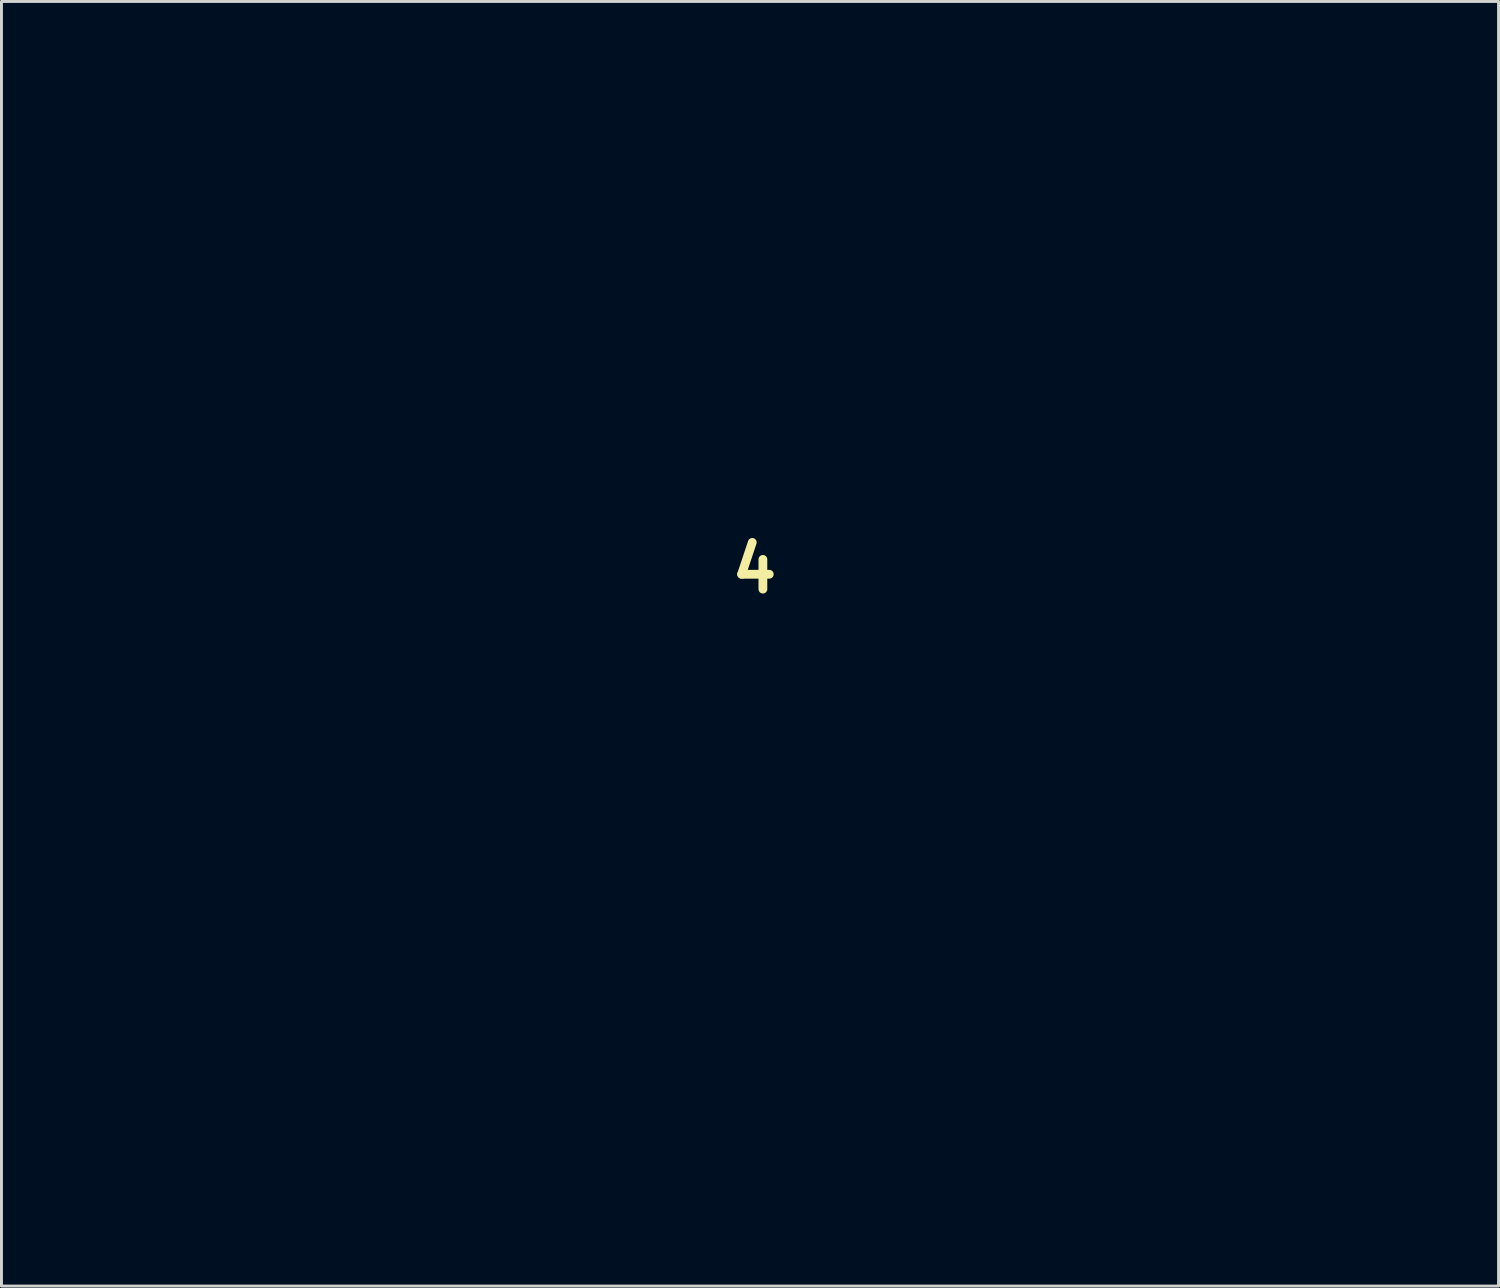
<source format=kicad_pcb>
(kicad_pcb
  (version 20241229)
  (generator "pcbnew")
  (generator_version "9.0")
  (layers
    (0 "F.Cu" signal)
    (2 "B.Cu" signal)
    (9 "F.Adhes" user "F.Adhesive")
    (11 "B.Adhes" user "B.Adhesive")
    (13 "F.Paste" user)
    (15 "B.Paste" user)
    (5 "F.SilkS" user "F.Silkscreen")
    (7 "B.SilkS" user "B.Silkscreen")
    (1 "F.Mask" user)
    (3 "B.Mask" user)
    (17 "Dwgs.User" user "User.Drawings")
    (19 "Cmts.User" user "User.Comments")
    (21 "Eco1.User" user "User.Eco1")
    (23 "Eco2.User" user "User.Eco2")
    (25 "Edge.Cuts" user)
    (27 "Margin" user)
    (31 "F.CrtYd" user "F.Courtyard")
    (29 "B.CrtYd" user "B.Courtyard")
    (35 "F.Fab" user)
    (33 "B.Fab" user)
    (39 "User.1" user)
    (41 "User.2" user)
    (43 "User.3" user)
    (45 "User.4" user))
  (footprint "4"
    (layer "F.Cu")
    (at 22.716 16.382)
    (property "Reference" "4" (at 0 0 0) (layer "F.SilkS") (effects (font (size 1.524 1.524) (thickness 0.3))))
    (attr board_only exclude_from_pos_files exclude_from_bom)
    (fp_poly (pts (xy 22.033 4.525) (xy 22.044 4.531) (xy 22.21 4.669) (xy 22.319 4.867) (xy 22.35 5.053) (xy 22.331 5.237) (xy 22.263 5.357) (xy 22.146 5.438) (xy 21.943 5.504) (xy 21.749 5.479) (xy 21.616 5.413) (xy 21.446 5.264) (xy 21.356 5.085) (xy 21.348 4.897) (xy 21.426 4.721) (xy 21.504 4.639) (xy 21.691 4.513) (xy 21.861 4.477)) (stroke (width 0.1) (type solid)) (fill no) (layer "Eco1.User"))
    (fp_poly (pts (xy 20.19 4.339) (xy 20.385 4.444) (xy 20.524 4.566) (xy 20.656 4.773) (xy 20.695 4.971) (xy 20.639 5.172) (xy 20.487 5.384) (xy 20.428 5.446) (xy 20.295 5.569) (xy 20.19 5.634) (xy 20.075 5.659) (xy 19.988 5.661) (xy 19.755 5.625) (xy 19.636 5.56) (xy 19.539 5.451) (xy 19.448 5.295) (xy 19.423 5.237) (xy 19.365 4.976) (xy 19.385 4.731) (xy 19.477 4.52) (xy 19.633 4.362) (xy 19.815 4.281) (xy 19.988 4.28)) (stroke (width 0.1) (type solid)) (fill no) (layer "Eco1.User"))
    (fp_poly (pts (xy -1.851 -11.921) (xy -1.71 -11.818) (xy -1.541 -11.65) (xy -1.355 -11.43) (xy -1.159 -11.169) (xy -0.965 -10.879) (xy -0.781 -10.572) (xy -0.634 -10.295) (xy -0.537 -10.079) (xy -0.432 -9.815) (xy -0.332 -9.535) (xy -0.247 -9.269) (xy -0.187 -9.049) (xy -0.17 -8.968) (xy -0.142 -8.82) (xy -0.124 -8.731) (xy -0.093 -8.555) (xy -0.067 -8.333) (xy -0.048 -8.093) (xy -0.036 -7.859) (xy -0.034 -7.661) (xy -0.043 -7.523) (xy -0.05 -7.489) (xy -0.125 -7.408) (xy -0.275 -7.335) (xy -0.473 -7.277) (xy -0.693 -7.238) (xy -0.911 -7.224) (xy -1.099 -7.239) (xy -1.188 -7.264) (xy -1.263 -7.318) (xy -1.299 -7.417) (xy -1.308 -7.526) (xy -1.377 -8.332) (xy -1.523 -9.082) (xy -1.744 -9.771) (xy -2.04 -10.398) (xy -2.41 -10.96) (xy -2.618 -11.211) (xy -2.748 -11.363) (xy -2.846 -11.493) (xy -2.896 -11.578) (xy -2.9 -11.592) (xy -2.856 -11.632) (xy -2.738 -11.69) (xy -2.571 -11.759) (xy -2.377 -11.829) (xy -2.178 -11.891) (xy -1.999 -11.938) (xy -1.955 -11.948)) (stroke (width 0.1) (type solid)) (fill no) (layer "Eco1.User"))
    (fp_poly (pts (xy 18.981 5.679) (xy 19 5.705) (xy 19.036 5.774) (xy 19.13 5.885) (xy 19.261 6.016) (xy 19.406 6.148) (xy 19.546 6.26) (xy 19.658 6.333) (xy 19.675 6.341) (xy 19.847 6.396) (xy 20.012 6.404) (xy 20.198 6.362) (xy 20.432 6.266) (xy 20.493 6.237) (xy 20.77 6.115) (xy 20.987 6.047) (xy 21.165 6.032) (xy 21.325 6.065) (xy 21.423 6.109) (xy 21.676 6.193) (xy 21.884 6.212) (xy 22.068 6.227) (xy 22.179 6.285) (xy 22.234 6.403) (xy 22.25 6.6) (xy 22.25 6.615) (xy 22.23 6.782) (xy 22.175 7.014) (xy 22.093 7.286) (xy 21.993 7.572) (xy 21.883 7.847) (xy 21.793 8.041) (xy 21.596 8.365) (xy 21.375 8.612) (xy 21.137 8.778) (xy 20.891 8.856) (xy 20.645 8.843) (xy 20.56 8.815) (xy 20.321 8.673) (xy 20.077 8.439) (xy 19.831 8.122) (xy 19.59 7.732) (xy 19.358 7.274) (xy 19.142 6.76) (xy 19.002 6.368) (xy 18.925 6.135) (xy 18.862 5.936) (xy 18.819 5.789) (xy 18.8 5.715) (xy 18.8 5.712) (xy 18.842 5.671) (xy 18.9 5.661)) (stroke (width 0.1) (type solid)) (fill no) (layer "Eco1.User"))
    (fp_poly (pts (xy -21.351 -6.476) (xy -21.066 -6.392) (xy -20.814 -6.238) (xy -20.612 -6.022) (xy -20.474 -5.747) (xy -20.45 -5.661) (xy -20.423 -5.446) (xy -20.426 -5.179) (xy -20.453 -4.894) (xy -20.501 -4.628) (xy -20.566 -4.416) (xy -20.586 -4.373) (xy -20.762 -4.136) (xy -21.002 -3.971) (xy -21.297 -3.884) (xy -21.414 -3.874) (xy -21.61 -3.876) (xy -21.792 -3.897) (xy -21.888 -3.922) (xy -22.181 -4.083) (xy -22.407 -4.317) (xy -22.564 -4.62) (xy -22.65 -4.988) (xy -22.666 -5.225) (xy -22.661 -5.313) (xy -21.89 -5.313) (xy -21.887 -5.174) (xy -21.867 -4.975) (xy -21.826 -4.84) (xy -21.752 -4.737) (xy -21.752 -4.736) (xy -21.601 -4.631) (xy -21.446 -4.622) (xy -21.301 -4.708) (xy -21.3 -4.709) (xy -21.239 -4.796) (xy -21.208 -4.922) (xy -21.2 -5.113) (xy -21.224 -5.386) (xy -21.294 -5.589) (xy -21.406 -5.712) (xy -21.472 -5.74) (xy -21.655 -5.754) (xy -21.784 -5.69) (xy -21.862 -5.544) (xy -21.89 -5.313) (xy -22.661 -5.313) (xy -22.642 -5.592) (xy -22.554 -5.888) (xy -22.397 -6.125) (xy -22.242 -6.262) (xy -21.955 -6.417) (xy -21.653 -6.486)) (stroke (width 0.1) (type solid)) (fill no) (layer "Eco1.User"))
    (fp_poly (pts (xy 10.901 18.127) (xy 11.18 18.25) (xy 11.422 18.451) (xy 11.483 18.526) (xy 11.63 18.794) (xy 11.713 19.114) (xy 11.736 19.461) (xy 11.698 19.808) (xy 11.602 20.132) (xy 11.448 20.407) (xy 11.385 20.482) (xy 11.145 20.67) (xy 10.855 20.784) (xy 10.539 20.818) (xy 10.219 20.768) (xy 10.159 20.749) (xy 9.85 20.587) (xy 9.597 20.345) (xy 9.438 20.092) (xy 9.37 19.881) (xy 9.332 19.611) (xy 9.328 19.449) (xy 10.103 19.449) (xy 10.123 19.651) (xy 10.164 19.788) (xy 10.288 19.937) (xy 10.453 20.009) (xy 10.635 19.999) (xy 10.805 19.904) (xy 10.823 19.887) (xy 10.887 19.788) (xy 10.924 19.63) (xy 10.937 19.477) (xy 10.932 19.215) (xy 10.879 19.028) (xy 10.771 18.899) (xy 10.679 18.844) (xy 10.567 18.803) (xy 10.466 18.814) (xy 10.367 18.856) (xy 10.24 18.944) (xy 10.154 19.053) (xy 10.149 19.066) (xy 10.111 19.238) (xy 10.103 19.449) (xy 9.328 19.449) (xy 9.325 19.321) (xy 9.35 19.047) (xy 9.394 18.868) (xy 9.542 18.582) (xy 9.754 18.357) (xy 10.012 18.196) (xy 10.3 18.102) (xy 10.602 18.078)) (stroke (width 0.1) (type solid)) (fill no) (layer "Eco1.User"))
    (fp_poly (pts (xy -16.395 18.168) (xy -16.322 18.187) (xy -16.087 18.31) (xy -15.862 18.511) (xy -15.669 18.769) (xy -15.572 18.95) (xy -15.497 19.134) (xy -15.454 19.301) (xy -15.434 19.491) (xy -15.43 19.689) (xy -15.458 20.076) (xy -15.547 20.384) (xy -15.698 20.615) (xy -15.913 20.773) (xy -16.195 20.86) (xy -16.339 20.876) (xy -16.55 20.881) (xy -16.71 20.859) (xy -16.867 20.803) (xy -16.927 20.776) (xy -17.169 20.621) (xy -17.389 20.41) (xy -17.56 20.172) (xy -17.65 19.965) (xy -17.693 19.696) (xy -17.693 19.623) (xy -16.931 19.623) (xy -16.907 19.816) (xy -16.828 19.957) (xy -16.711 20.053) (xy -16.588 20.119) (xy -16.488 20.134) (xy -16.369 20.11) (xy -16.256 20.031) (xy -16.193 19.879) (xy -16.181 19.667) (xy -16.224 19.411) (xy -16.255 19.301) (xy -16.334 19.152) (xy -16.455 19.025) (xy -16.585 18.948) (xy -16.644 18.938) (xy -16.747 18.959) (xy -16.819 19.031) (xy -16.871 19.171) (xy -16.907 19.359) (xy -16.931 19.623) (xy -17.693 19.623) (xy -17.694 19.385) (xy -17.656 19.074) (xy -17.582 18.801) (xy -17.545 18.716) (xy -17.364 18.441) (xy -17.14 18.255) (xy -16.873 18.159) (xy -16.781 18.147) (xy -16.585 18.146)) (stroke (width 0.1) (type solid)) (fill no) (layer "Eco1.User"))
    (fp_poly (pts (xy 9.168 -15.148) (xy 9.449 -14.977) (xy 9.705 -14.717) (xy 9.892 -14.438) (xy 10.014 -14.146) (xy 10.081 -13.813) (xy 10.1 -13.437) (xy 10.097 -13.196) (xy 10.082 -13.021) (xy 10.051 -12.879) (xy 9.997 -12.736) (xy 9.957 -12.65) (xy 9.774 -12.348) (xy 9.54 -12.097) (xy 9.273 -11.907) (xy 8.989 -11.787) (xy 8.703 -11.748) (xy 8.525 -11.77) (xy 8.227 -11.892) (xy 7.964 -12.095) (xy 7.743 -12.365) (xy 7.572 -12.687) (xy 7.456 -13.046) (xy 7.404 -13.427) (xy 7.408 -13.532) (xy 8.206 -13.532) (xy 8.234 -13.249) (xy 8.312 -12.987) (xy 8.44 -12.77) (xy 8.535 -12.676) (xy 8.708 -12.587) (xy 8.88 -12.598) (xy 9.014 -12.675) (xy 9.162 -12.853) (xy 9.257 -13.102) (xy 9.294 -13.41) (xy 9.291 -13.562) (xy 9.256 -13.849) (xy 9.185 -14.062) (xy 9.069 -14.222) (xy 8.954 -14.315) (xy 8.797 -14.392) (xy 8.656 -14.388) (xy 8.506 -14.299) (xy 8.443 -14.243) (xy 8.309 -14.054) (xy 8.231 -13.809) (xy 8.206 -13.532) (xy 7.408 -13.532) (xy 7.421 -13.817) (xy 7.468 -14.053) (xy 7.608 -14.433) (xy 7.8 -14.744) (xy 8.033 -14.983) (xy 8.297 -15.146) (xy 8.582 -15.23) (xy 8.875 -15.232)) (stroke (width 0.1) (type solid)) (fill no) (layer "Eco1.User"))
    (fp_poly (pts (xy -12.04 -8.089) (xy -11.824 -7.978) (xy -11.621 -7.787) (xy -11.423 -7.508) (xy -11.224 -7.136) (xy -11.21 -7.106) (xy -11.09 -6.835) (xy -10.985 -6.563) (xy -10.906 -6.321) (xy -10.87 -6.176) (xy -10.835 -6.04) (xy -10.8 -5.938) (xy -10.773 -5.846) (xy -10.775 -5.811) (xy -10.776 -5.772) (xy -10.75 -5.687) (xy -10.715 -5.551) (xy -10.681 -5.35) (xy -10.654 -5.118) (xy -10.637 -4.89) (xy -10.633 -4.743) (xy -10.673 -4.568) (xy -10.772 -4.43) (xy -10.908 -4.346) (xy -11.058 -4.33) (xy -11.178 -4.38) (xy -11.219 -4.427) (xy -11.246 -4.511) (xy -11.264 -4.649) (xy -11.274 -4.862) (xy -11.277 -4.964) (xy -11.303 -5.36) (xy -11.358 -5.749) (xy -11.437 -6.095) (xy -11.495 -6.274) (xy -11.533 -6.383) (xy -11.548 -6.438) (xy -11.586 -6.513) (xy -11.629 -6.567) (xy -11.675 -6.641) (xy -11.674 -6.673) (xy -11.685 -6.721) (xy -11.724 -6.762) (xy -11.787 -6.836) (xy -11.8 -6.872) (xy -11.831 -6.926) (xy -11.917 -7.038) (xy -12.045 -7.193) (xy -12.201 -7.375) (xy -12.225 -7.403) (xy -12.385 -7.589) (xy -12.518 -7.751) (xy -12.61 -7.874) (xy -12.649 -7.941) (xy -12.65 -7.945) (xy -12.604 -8.04) (xy -12.475 -8.102) (xy -12.275 -8.124) (xy -12.274 -8.124)) (stroke (width 0.1) (type solid)) (fill no) (layer "Eco1.User"))
    (fp_poly (pts (xy 20.304 -2.221) (xy 20.574 -2.059) (xy 20.841 -1.797) (xy 20.958 -1.65) (xy 21.068 -1.485) (xy 21.197 -1.265) (xy 21.324 -1.028) (xy 21.432 -0.809) (xy 21.487 -0.676) (xy 21.537 -0.544) (xy 21.604 -0.366) (xy 21.648 -0.25) (xy 21.761 0.077) (xy 21.881 0.475) (xy 21.999 0.912) (xy 22.108 1.361) (xy 22.201 1.792) (xy 22.271 2.174) (xy 22.279 2.229) (xy 22.304 2.39) (xy 22.325 2.517) (xy 22.332 2.555) (xy 22.339 2.634) (xy 22.348 2.789) (xy 22.356 2.995) (xy 22.361 3.173) (xy 22.366 3.413) (xy 22.364 3.574) (xy 22.352 3.677) (xy 22.325 3.742) (xy 22.281 3.792) (xy 22.25 3.817) (xy 22.172 3.869) (xy 22.08 3.897) (xy 21.947 3.905) (xy 21.743 3.897) (xy 21.734 3.896) (xy 21.489 3.874) (xy 21.323 3.827) (xy 21.216 3.739) (xy 21.152 3.592) (xy 21.111 3.368) (xy 21.101 3.278) (xy 21.075 3.074) (xy 21.049 2.899) (xy 21.027 2.784) (xy 21.023 2.772) (xy 21.031 2.67) (xy 21.123 2.582) (xy 21.306 2.504) (xy 21.474 2.457) (xy 21.67 2.401) (xy 21.785 2.337) (xy 21.839 2.252) (xy 21.85 2.154) (xy 21.827 2.031) (xy 21.749 1.945) (xy 21.602 1.888) (xy 21.371 1.853) (xy 21.335 1.849) (xy 21.093 1.813) (xy 20.935 1.747) (xy 20.844 1.636) (xy 20.805 1.464) (xy 20.8 1.332) (xy 20.814 1.136) (xy 20.866 1.02) (xy 20.972 0.965) (xy 21.127 0.952) (xy 21.324 0.918) (xy 21.451 0.819) (xy 21.5 0.66) (xy 21.5 0.643) (xy 21.454 0.492) (xy 21.318 0.38) (xy 21.089 0.308) (xy 21.084 0.307) (xy 20.914 0.267) (xy 20.789 0.211) (xy 20.699 0.122) (xy 20.634 -0.016) (xy 20.585 -0.217) (xy 20.542 -0.497) (xy 20.529 -0.607) (xy 20.482 -0.923) (xy 20.426 -1.152) (xy 20.355 -1.306) (xy 20.263 -1.397) (xy 20.143 -1.439) (xy 20.116 -1.443) (xy 19.979 -1.429) (xy 19.904 -1.383) (xy 19.86 -1.268) (xy 19.844 -1.08) (xy 19.857 -0.844) (xy 19.897 -0.59) (xy 19.936 -0.35) (xy 19.926 -0.182) (xy 19.857 -0.066) (xy 19.717 0.019) (xy 19.525 0.084) (xy 19.427 0.124) (xy 19.384 0.192) (xy 19.375 0.322) (xy 19.375 0.326) (xy 19.383 0.451) (xy 19.424 0.531) (xy 19.521 0.6) (xy 19.591 0.638) (xy 19.765 0.737) (xy 19.881 0.833) (xy 19.973 0.959) (xy 20.049 1.1) (xy 20.123 1.296) (xy 20.158 1.502) (xy 20.153 1.685) (xy 20.107 1.816) (xy 20.092 1.833) (xy 20.003 1.88) (xy 19.854 1.921) (xy 19.749 1.938) (xy 19.519 1.993) (xy 19.36 2.088) (xy 19.279 2.213) (xy 19.284 2.356) (xy 19.376 2.499) (xy 19.46 2.539) (xy 19.616 2.573) (xy 19.783 2.591) (xy 20.037 2.622) (xy 20.208 2.678) (xy 20.312 2.768) (xy 20.366 2.901) (xy 20.369 2.915) (xy 20.398 3.069) (xy 20.423 3.196) (xy 20.403 3.322) (xy 20.319 3.437) (xy 20.203 3.503) (xy 20.167 3.507) (xy 20.076 3.515) (xy 19.922 3.537) (xy 19.761 3.563) (xy 19.528 3.62) (xy 19.354 3.704) (xy 19.262 3.776) (xy 19.151 3.901) (xy 19.036 4.074) (xy 18.936 4.261) (xy 18.869 4.43) (xy 18.85 4.53) (xy 18.821 4.616) (xy 18.757 4.714) (xy 18.689 4.79) (xy 18.656 4.79) (xy 18.635 4.732) (xy 18.537 4.318) (xy 18.457 3.829) (xy 18.395 3.286) (xy 18.354 2.711) (xy 18.334 2.128) (xy 18.336 1.558) (xy 18.361 1.025) (xy 18.411 0.551) (xy 18.42 0.485) (xy 18.524 -0.056) (xy 18.657 -0.56) (xy 18.815 -1.016) (xy 18.994 -1.416) (xy 19.188 -1.751) (xy 19.394 -2.01) (xy 19.607 -2.184) (xy 19.75 -2.249) (xy 20.03 -2.284)) (stroke (width 0.1) (type solid)) (fill no) (layer "Eco1.User"))
    (fp_poly (pts (xy -14.634 0.617) (xy -14.546 0.631) (xy -13.747 0.817) (xy -12.971 1.095) (xy -12.224 1.459) (xy -11.516 1.903) (xy -10.853 2.42) (xy -10.243 3.003) (xy -9.694 3.646) (xy -9.214 4.342) (xy -8.809 5.085) (xy -8.527 5.761) (xy -8.365 6.26) (xy -8.248 6.746) (xy -8.17 7.252) (xy -8.124 7.811) (xy -8.115 8.044) (xy -8.108 8.618) (xy -8.127 9.099) (xy -8.173 9.487) (xy -8.247 9.785) (xy -8.317 9.946) (xy -8.436 10.101) (xy -8.584 10.175) (xy -8.783 10.175) (xy -8.868 10.159) (xy -9.016 10.138) (xy -9.134 10.141) (xy -9.149 10.145) (xy -9.212 10.204) (xy -9.295 10.339) (xy -9.385 10.528) (xy -9.398 10.56) (xy -9.742 11.277) (xy -10.144 11.92) (xy -10.6 12.486) (xy -11.105 12.973) (xy -11.656 13.378) (xy -12.247 13.698) (xy -12.874 13.931) (xy -13.534 14.073) (xy -14.221 14.124) (xy -14.932 14.079) (xy -15.143 14.047) (xy -15.865 13.876) (xy -16.564 13.613) (xy -17.232 13.264) (xy -17.861 12.837) (xy -18.445 12.337) (xy -18.974 11.773) (xy -19.443 11.15) (xy -19.842 10.475) (xy -20.165 9.756) (xy -20.268 9.469) (xy -20.468 8.715) (xy -20.583 7.921) (xy -20.605 7.339) (xy -19.868 7.339) (xy -19.784 8.135) (xy -19.604 8.937) (xy -19.497 9.286) (xy -19.219 9.99) (xy -18.876 10.642) (xy -18.475 11.235) (xy -18.022 11.766) (xy -17.523 12.226) (xy -16.985 12.612) (xy -16.414 12.916) (xy -15.816 13.134) (xy -15.199 13.259) (xy -15.082 13.271) (xy -14.72 13.294) (xy -14.332 13.3) (xy -13.947 13.29) (xy -13.592 13.264) (xy -13.294 13.225) (xy -13.172 13.2) (xy -12.558 12.998) (xy -11.993 12.711) (xy -11.483 12.344) (xy -11.031 11.902) (xy -10.644 11.39) (xy -10.325 10.812) (xy -10.08 10.173) (xy -10.062 10.114) (xy -9.993 9.821) (xy -9.983 9.597) (xy -10.033 9.428) (xy -10.082 9.359) (xy -10.175 9.282) (xy -10.308 9.201) (xy -10.439 9.139) (xy -10.52 9.118) (xy -10.593 9.161) (xy -10.659 9.265) (xy -10.697 9.392) (xy -10.7 9.429) (xy -10.721 9.539) (xy -10.778 9.711) (xy -10.861 9.917) (xy -10.919 10.045) (xy -11.248 10.651) (xy -11.624 11.176) (xy -12.043 11.618) (xy -12.503 11.972) (xy -12.999 12.236) (xy -13.275 12.338) (xy -13.59 12.409) (xy -13.963 12.446) (xy -14.358 12.451) (xy -14.739 12.423) (xy -15.07 12.361) (xy -15.1 12.352) (xy -15.717 12.122) (xy -16.298 11.803) (xy -16.837 11.405) (xy -17.324 10.935) (xy -17.754 10.402) (xy -18.117 9.814) (xy -18.407 9.18) (xy -18.594 8.592) (xy -18.643 8.389) (xy -18.678 8.211) (xy -18.702 8.023) (xy -18.722 7.791) (xy -18.734 7.603) (xy -18.736 7.086) (xy -17.977 7.086) (xy -17.977 7.62) (xy -17.925 8.134) (xy -17.822 8.605) (xy -17.696 8.952) (xy -17.636 9.089) (xy -17.6 9.183) (xy -17.595 9.207) (xy -17.577 9.254) (xy -17.523 9.37) (xy -17.44 9.536) (xy -17.378 9.657) (xy -17.115 10.1) (xy -16.824 10.458) (xy -16.492 10.746) (xy -16.416 10.8) (xy -16.241 10.921) (xy -16.077 11.041) (xy -15.973 11.123) (xy -15.838 11.212) (xy -15.636 11.315) (xy -15.395 11.42) (xy -15.145 11.515) (xy -14.915 11.589) (xy -14.79 11.619) (xy -14.486 11.657) (xy -14.137 11.665) (xy -13.793 11.643) (xy -13.624 11.618) (xy -13.303 11.533) (xy -13.002 11.393) (xy -12.702 11.187) (xy -12.382 10.904) (xy -12.309 10.832) (xy -11.969 10.46) (xy -11.714 10.111) (xy -11.537 9.767) (xy -11.429 9.414) (xy -11.384 9.036) (xy -11.381 8.959) (xy -11.381 8.793) (xy -11.391 8.657) (xy -11.421 8.541) (xy -11.482 8.434) (xy -11.581 8.325) (xy -11.728 8.204) (xy -11.934 8.06) (xy -12.207 7.884) (xy -12.51 7.692) (xy -12.717 7.552) (xy -12.936 7.39) (xy -13.087 7.267) (xy -13.339 7.048) (xy -13.53 6.886) (xy -13.674 6.769) (xy -13.785 6.687) (xy -13.877 6.627) (xy -13.95 6.587) (xy -14.021 6.547) (xy -14.101 6.494) (xy -14.2 6.419) (xy -14.33 6.313) (xy -14.501 6.168) (xy -14.724 5.973) (xy -15.01 5.721) (xy -15.028 5.704) (xy -15.193 5.569) (xy -15.347 5.46) (xy -15.464 5.395) (xy -15.486 5.388) (xy -15.623 5.328) (xy -15.75 5.237) (xy -15.877 5.143) (xy -16 5.084) (xy -16.069 5.059) (xy -16.142 5.02) (xy -16.239 4.955) (xy -16.38 4.85) (xy -16.538 4.729) (xy -16.673 4.642) (xy -16.8 4.585) (xy -16.918 4.538) (xy -16.983 4.5) (xy -17.057 4.496) (xy -17.157 4.582) (xy -17.282 4.762) (xy -17.424 5.015) (xy -17.509 5.181) (xy -17.572 5.31) (xy -17.601 5.38) (xy -17.602 5.385) (xy -17.617 5.443) (xy -17.66 5.558) (xy -17.677 5.598) (xy -17.827 6.052) (xy -17.928 6.556) (xy -17.977 7.086) (xy -18.736 7.086) (xy -18.736 7.011) (xy -18.663 6.426) (xy -18.513 5.833) (xy -18.283 5.219) (xy -18.008 4.647) (xy -17.878 4.395) (xy -17.79 4.216) (xy -17.737 4.093) (xy -17.715 4.009) (xy -17.718 3.947) (xy -17.74 3.892) (xy -17.75 3.875) (xy -17.866 3.733) (xy -18.037 3.595) (xy -18.23 3.482) (xy -18.411 3.416) (xy -18.485 3.407) (xy -18.608 3.426) (xy -18.725 3.492) (xy -18.843 3.614) (xy -18.972 3.802) (xy -19.121 4.066) (xy -19.254 4.331) (xy -19.549 5.046) (xy -19.75 5.789) (xy -19.856 6.555) (xy -19.868 7.339) (xy -20.605 7.339) (xy -20.614 7.104) (xy -20.559 6.279) (xy -20.424 5.487) (xy -20.293 4.96) (xy -20.15 4.51) (xy -19.986 4.117) (xy -19.791 3.758) (xy -19.556 3.412) (xy -19.515 3.356) (xy -19.395 3.188) (xy -19.303 3.041) (xy -19.254 2.938) (xy -19.25 2.916) (xy -19.285 2.826) (xy -19.371 2.713) (xy -19.406 2.677) (xy -19.562 2.494) (xy -19.652 2.307) (xy -19.667 2.139) (xy -19.655 2.094) (xy -19.557 1.946) (xy -19.378 1.776) (xy -19.131 1.594) (xy -18.832 1.408) (xy -18.493 1.226) (xy -18.13 1.057) (xy -17.756 0.908) (xy -17.55 0.839) (xy -16.847 0.663) (xy -16.107 0.567) (xy -15.36 0.55)) (stroke (width 0.1) (type solid)) (fill no) (layer "Eco1.User"))
    (fp_poly (pts (xy 3.644 -4.034) (xy 4.153 -3.969) (xy 4.701 -3.866) (xy 5.269 -3.732) (xy 5.838 -3.571) (xy 6.389 -3.389) (xy 6.903 -3.192) (xy 7.362 -2.985) (xy 7.745 -2.774) (xy 7.844 -2.709) (xy 8.106 -2.497) (xy 8.275 -2.282) (xy 8.349 -2.069) (xy 8.327 -1.863) (xy 8.208 -1.667) (xy 8.175 -1.632) (xy 8.092 -1.543) (xy 8.033 -1.461) (xy 8.003 -1.375) (xy 8.006 -1.275) (xy 8.045 -1.152) (xy 8.125 -0.996) (xy 8.249 -0.797) (xy 8.421 -0.545) (xy 8.647 -0.231) (xy 8.878 0.086) (xy 9.266 0.642) (xy 9.585 1.156) (xy 9.843 1.65) (xy 10.048 2.146) (xy 10.21 2.663) (xy 10.337 3.225) (xy 10.438 3.851) (xy 10.45 3.944) (xy 10.529 4.791) (xy 10.536 5.579) (xy 10.469 6.321) (xy 10.327 7.03) (xy 10.108 7.719) (xy 9.814 8.392) (xy 9.401 9.115) (xy 8.914 9.773) (xy 8.358 10.362) (xy 7.738 10.877) (xy 7.059 11.316) (xy 6.326 11.674) (xy 5.543 11.947) (xy 5.137 12.051) (xy 4.885 12.092) (xy 4.563 12.124) (xy 4.197 12.145) (xy 3.813 12.155) (xy 3.44 12.153) (xy 3.103 12.139) (xy 2.829 12.112) (xy 2.75 12.099) (xy 1.959 11.899) (xy 1.209 11.608) (xy 0.498 11.226) (xy -0.173 10.753) (xy -0.807 10.187) (xy -1.405 9.529) (xy -1.487 9.428) (xy -1.638 9.243) (xy -1.773 9.088) (xy -1.875 8.979) (xy -1.929 8.934) (xy -2.007 8.945) (xy -2.132 9.002) (xy -2.233 9.063) (xy -2.445 9.179) (xy -2.619 9.212) (xy -2.775 9.163) (xy -2.911 9.053) (xy -3.021 8.915) (xy -3.156 8.701) (xy -3.3 8.443) (xy -1.27 8.443) (xy -1.264 8.476) (xy -1.195 8.634) (xy -1.059 8.84) (xy -0.868 9.081) (xy -0.635 9.343) (xy -0.37 9.613) (xy -0.087 9.878) (xy 0.202 10.124) (xy 0.369 10.255) (xy 1.008 10.676) (xy 1.67 11.003) (xy 2.352 11.233) (xy 3.051 11.367) (xy 3.762 11.402) (xy 4.481 11.339) (xy 4.738 11.292) (xy 5.484 11.092) (xy 6.184 10.807) (xy 6.843 10.433) (xy 7.468 9.968) (xy 7.929 9.545) (xy 8.462 8.948) (xy 8.907 8.309) (xy 9.262 7.633) (xy 9.524 6.923) (xy 9.677 6.271) (xy 9.711 5.995) (xy 9.735 5.65) (xy 9.747 5.263) (xy 9.747 4.865) (xy 9.735 4.485) (xy 9.712 4.152) (xy 9.697 4.024) (xy 9.576 3.346) (xy 9.399 2.699) (xy 9.159 2.07) (xy 8.851 1.444) (xy 8.467 0.806) (xy 8.001 0.143) (xy 7.874 -0.025) (xy 7.675 -0.279) (xy 7.524 -0.46) (xy 7.412 -0.576) (xy 7.331 -0.637) (xy 7.28 -0.651) (xy 7.202 -0.616) (xy 7.077 -0.523) (xy 6.923 -0.389) (xy 6.759 -0.233) (xy 6.601 -0.071) (xy 6.468 0.079) (xy 6.379 0.198) (xy 6.35 0.264) (xy 6.379 0.372) (xy 6.463 0.55) (xy 6.597 0.787) (xy 6.773 1.074) (xy 6.972 1.378) (xy 7.232 1.791) (xy 7.47 2.222) (xy 7.672 2.645) (xy 7.828 3.035) (xy 7.897 3.254) (xy 7.948 3.472) (xy 7.999 3.746) (xy 8.041 4.031) (xy 8.057 4.163) (xy 8.078 4.382) (xy 8.089 4.568) (xy 8.087 4.748) (xy 8.072 4.949) (xy 8.043 5.197) (xy 8.003 5.488) (xy 7.959 5.783) (xy 7.913 6.067) (xy 7.869 6.314) (xy 7.832 6.499) (xy 7.819 6.555) (xy 7.61 7.166) (xy 7.318 7.725) (xy 6.949 8.227) (xy 6.506 8.667) (xy 5.994 9.039) (xy 5.42 9.34) (xy 4.787 9.564) (xy 4.745 9.576) (xy 4.43 9.638) (xy 4.049 9.679) (xy 3.635 9.697) (xy 3.217 9.693) (xy 2.83 9.666) (xy 2.502 9.615) (xy 2.461 9.606) (xy 1.818 9.409) (xy 1.239 9.147) (xy 0.706 8.809) (xy 0.423 8.585) (xy 0.265 8.445) (xy 0.114 8.296) (xy -0.048 8.12) (xy -0.235 7.901) (xy -0.465 7.619) (xy -0.478 7.602) (xy -0.6 7.521) (xy -0.749 7.524) (xy -0.907 7.608) (xy -0.993 7.689) (xy -1.107 7.858) (xy -1.2 8.063) (xy -1.258 8.27) (xy -1.27 8.443) (xy -3.3 8.443) (xy -3.307 8.429) (xy -3.466 8.119) (xy -3.622 7.787) (xy -3.766 7.453) (xy -3.891 7.135) (xy -3.944 6.982) (xy -3.946 6.974) (xy 0.063 6.974) (xy 0.112 7.112) (xy 0.221 7.281) (xy 0.396 7.493) (xy 0.643 7.755) (xy 0.648 7.76) (xy 0.885 7.991) (xy 1.111 8.18) (xy 1.34 8.336) (xy 1.592 8.466) (xy 1.882 8.578) (xy 2.226 8.68) (xy 2.643 8.781) (xy 2.95 8.847) (xy 3.212 8.882) (xy 3.538 8.897) (xy 3.894 8.892) (xy 4.248 8.869) (xy 4.565 8.829) (xy 4.75 8.791) (xy 5.045 8.705) (xy 5.298 8.606) (xy 5.533 8.48) (xy 5.769 8.315) (xy 6.028 8.098) (xy 6.3 7.846) (xy 6.488 7.625) (xy 6.678 7.331) (xy 6.857 6.989) (xy 7.014 6.624) (xy 7.137 6.263) (xy 7.215 5.929) (xy 7.227 5.847) (xy 7.268 5.489) (xy 7.296 5.208) (xy 7.314 4.983) (xy 7.32 4.79) (xy 7.316 4.608) (xy 7.303 4.415) (xy 7.281 4.188) (xy 7.278 4.158) (xy 7.245 3.885) (xy 7.21 3.685) (xy 7.169 3.534) (xy 7.155 3.496) (xy 7.121 3.398) (xy 7.11 3.357) (xy 7.072 3.183) (xy 6.979 2.926) (xy 6.83 2.589) (xy 6.816 2.559) (xy 6.671 2.276) (xy 6.522 2.046) (xy 6.337 1.824) (xy 6.241 1.723) (xy 6.033 1.52) (xy 5.863 1.39) (xy 5.713 1.323) (xy 5.565 1.31) (xy 5.462 1.325) (xy 5.37 1.374) (xy 5.22 1.489) (xy 5.022 1.662) (xy 4.783 1.884) (xy 4.512 2.146) (xy 4.22 2.442) (xy 3.914 2.761) (xy 3.758 2.927) (xy 3.576 3.119) (xy 3.406 3.29) (xy 3.265 3.423) (xy 3.171 3.502) (xy 3.161 3.508) (xy 2.988 3.642) (xy 2.766 3.858) (xy 2.497 4.156) (xy 2.325 4.359) (xy 2.168 4.54) (xy 2.009 4.708) (xy 1.876 4.837) (xy 1.84 4.867) (xy 1.734 4.964) (xy 1.585 5.116) (xy 1.413 5.304) (xy 1.24 5.501) (xy 1.037 5.734) (xy 0.813 5.985) (xy 0.599 6.218) (xy 0.462 6.363) (xy 0.306 6.532) (xy 0.177 6.687) (xy 0.092 6.808) (xy 0.067 6.859) (xy 0.063 6.974) (xy -3.946 6.974) (xy -4.184 6.109) (xy -4.333 5.207) (xy -4.394 4.287) (xy -4.366 3.364) (xy -4.249 2.452) (xy -4.044 1.563) (xy -3.817 0.881) (xy -3.452 0.052) (xy -3.017 -0.709) (xy -2.515 -1.4) (xy -1.951 -2.018) (xy -1.328 -2.56) (xy -0.651 -3.022) (xy 0.076 -3.404) (xy 0.85 -3.7) (xy 1.666 -3.91) (xy 2.521 -4.029) (xy 3.194 -4.057)) (stroke (width 0.1) (type solid)) (fill no) (layer "Eco1.User"))
    (fp_poly (pts (xy 10.115 -16.305) (xy 10.259 -16.235) (xy 10.416 -16.141) (xy 10.556 -16.042) (xy 10.603 -16.001) (xy 10.703 -15.92) (xy 10.777 -15.882) (xy 10.782 -15.881) (xy 10.852 -15.847) (xy 10.925 -15.781) (xy 11.006 -15.707) (xy 11.056 -15.681) (xy 11.115 -15.655) (xy 11.232 -15.586) (xy 11.381 -15.49) (xy 11.386 -15.487) (xy 11.521 -15.397) (xy 11.72 -15.264) (xy 11.964 -15.101) (xy 12.233 -14.922) (xy 12.494 -14.748) (xy 12.904 -14.474) (xy 13.25 -14.241) (xy 13.55 -14.036) (xy 13.823 -13.847) (xy 14.089 -13.659) (xy 14.1 -13.651) (xy 14.257 -13.541) (xy 14.432 -13.422) (xy 14.474 -13.393) (xy 14.606 -13.302) (xy 14.708 -13.227) (xy 14.734 -13.205) (xy 14.811 -13.144) (xy 14.932 -13.056) (xy 14.974 -13.026) (xy 15.138 -12.91) (xy 15.304 -12.791) (xy 15.325 -12.775) (xy 15.483 -12.661) (xy 15.644 -12.548) (xy 15.66 -12.536) (xy 15.768 -12.46) (xy 15.933 -12.344) (xy 16.131 -12.203) (xy 16.3 -12.084) (xy 16.614 -11.862) (xy 16.899 -11.663) (xy 17.143 -11.496) (xy 17.333 -11.369) (xy 17.455 -11.293) (xy 17.455 -11.293) (xy 17.57 -11.213) (xy 17.641 -11.155) (xy 17.734 -11.09) (xy 17.791 -11.072) (xy 17.847 -11.044) (xy 17.85 -11.03) (xy 17.89 -10.981) (xy 17.986 -10.92) (xy 17.988 -10.92) (xy 18.123 -10.836) (xy 18.259 -10.73) (xy 18.262 -10.727) (xy 18.35 -10.658) (xy 18.398 -10.642) (xy 18.401 -10.649) (xy 18.422 -10.661) (xy 18.438 -10.643) (xy 18.504 -10.58) (xy 18.62 -10.492) (xy 18.758 -10.398) (xy 18.887 -10.319) (xy 18.979 -10.274) (xy 18.997 -10.27) (xy 19.048 -10.242) (xy 19.05 -10.231) (xy 19.089 -10.183) (xy 19.186 -10.114) (xy 19.212 -10.098) (xy 19.458 -9.928) (xy 19.621 -9.748) (xy 19.663 -9.669) (xy 19.69 -9.603) (xy 19.711 -9.542) (xy 19.729 -9.469) (xy 19.746 -9.367) (xy 19.766 -9.217) (xy 19.792 -9.003) (xy 19.825 -8.717) (xy 19.837 -8.591) (xy 19.852 -8.396) (xy 19.869 -8.166) (xy 19.877 -8.041) (xy 19.896 -7.751) (xy 19.912 -7.533) (xy 19.927 -7.361) (xy 19.945 -7.207) (xy 19.967 -7.043) (xy 19.978 -6.964) (xy 20.002 -6.771) (xy 20.019 -6.588) (xy 20.022 -6.513) (xy 20.016 -6.395) (xy 19.974 -6.345) (xy 19.875 -6.333) (xy 19.75 -6.343) (xy 19.671 -6.37) (xy 19.578 -6.412) (xy 19.521 -6.426) (xy 19.412 -6.455) (xy 19.371 -6.474) (xy 19.328 -6.496) (xy 19.259 -6.518) (xy 19.142 -6.546) (xy 18.957 -6.586) (xy 18.85 -6.608) (xy 18.703 -6.627) (xy 18.502 -6.637) (xy 18.272 -6.639) (xy 18.041 -6.634) (xy 17.832 -6.622) (xy 17.673 -6.604) (xy 17.59 -6.581) (xy 17.482 -6.536) (xy 17.452 -6.53) (xy 17.349 -6.499) (xy 17.277 -6.467) (xy 17.148 -6.406) (xy 17.05 -6.363) (xy 16.912 -6.294) (xy 16.795 -6.224) (xy 16.671 -6.141) (xy 16.518 -6.037) (xy 16.47 -6.005) (xy 16.354 -5.913) (xy 16.204 -5.773) (xy 16.035 -5.604) (xy 15.864 -5.421) (xy 15.704 -5.242) (xy 15.572 -5.082) (xy 15.482 -4.958) (xy 15.45 -4.889) (xy 15.424 -4.835) (xy 15.355 -4.727) (xy 15.284 -4.622) (xy 15.134 -4.385) (xy 14.969 -4.084) (xy 14.803 -3.752) (xy 14.654 -3.418) (xy 14.579 -3.231) (xy 14.506 -3.045) (xy 14.442 -2.886) (xy 14.398 -2.785) (xy 14.396 -2.78) (xy 14.345 -2.643) (xy 14.327 -2.571) (xy 14.286 -2.434) (xy 14.252 -2.358) (xy 14.221 -2.279) (xy 14.229 -2.254) (xy 14.232 -2.224) (xy 14.209 -2.19) (xy 14.161 -2.095) (xy 14.13 -1.985) (xy 14.1 -1.85) (xy 14.052 -1.677) (xy 14.032 -1.611) (xy 13.97 -1.391) (xy 13.901 -1.113) (xy 13.833 -0.813) (xy 13.774 -0.526) (xy 13.731 -0.288) (xy 13.722 -0.225) (xy 13.7 -0.076) (xy 13.68 0.027) (xy 13.673 0.053) (xy 13.65 0.142) (xy 13.63 0.318) (xy 13.613 0.569) (xy 13.6 0.881) (xy 13.59 1.241) (xy 13.582 1.637) (xy 13.578 2.056) (xy 13.578 2.485) (xy 13.58 2.91) (xy 13.585 3.319) (xy 13.594 3.7) (xy 13.606 4.038) (xy 13.621 4.322) (xy 13.639 4.538) (xy 13.66 4.673) (xy 13.672 4.706) (xy 13.685 4.767) (xy 13.704 4.898) (xy 13.72 5.035) (xy 13.736 5.187) (xy 13.753 5.319) (xy 13.773 5.454) (xy 13.8 5.614) (xy 13.839 5.823) (xy 13.893 6.103) (xy 13.904 6.162) (xy 13.952 6.398) (xy 13.998 6.612) (xy 14.036 6.776) (xy 14.055 6.844) (xy 14.095 6.985) (xy 14.122 7.094) (xy 14.154 7.23) (xy 14.206 7.425) (xy 14.27 7.65) (xy 14.338 7.879) (xy 14.402 8.084) (xy 14.453 8.236) (xy 14.475 8.291) (xy 14.528 8.421) (xy 14.597 8.6) (xy 14.649 8.742) (xy 14.742 8.975) (xy 14.871 9.265) (xy 15.024 9.588) (xy 15.189 9.919) (xy 15.353 10.232) (xy 15.504 10.502) (xy 15.627 10.702) (xy 15.731 10.859) (xy 15.809 10.982) (xy 15.848 11.05) (xy 15.85 11.056) (xy 15.879 11.107) (xy 15.952 11.212) (xy 16.054 11.348) (xy 16.165 11.492) (xy 16.268 11.62) (xy 16.345 11.708) (xy 16.419 11.799) (xy 16.45 11.86) (xy 16.484 11.909) (xy 16.579 12.014) (xy 16.719 12.16) (xy 16.892 12.334) (xy 17.083 12.523) (xy 17.28 12.713) (xy 17.469 12.891) (xy 17.635 13.044) (xy 17.766 13.158) (xy 17.825 13.205) (xy 18.255 13.46) (xy 18.727 13.625) (xy 19.241 13.699) (xy 19.35 13.702) (xy 19.834 13.678) (xy 20.268 13.583) (xy 20.682 13.408) (xy 20.95 13.25) (xy 21.171 13.118) (xy 21.333 13.049) (xy 21.448 13.04) (xy 21.533 13.087) (xy 21.558 13.131) (xy 21.578 13.212) (xy 21.594 13.344) (xy 21.607 13.537) (xy 21.617 13.803) (xy 21.625 14.155) (xy 21.627 14.258) (xy 21.635 14.595) (xy 21.643 14.912) (xy 21.652 15.189) (xy 21.661 15.41) (xy 21.67 15.554) (xy 21.672 15.581) (xy 21.685 15.737) (xy 21.7 15.97) (xy 21.714 16.258) (xy 21.729 16.577) (xy 21.742 16.905) (xy 21.753 17.218) (xy 21.76 17.495) (xy 21.764 17.712) (xy 21.763 17.805) (xy 21.749 17.983) (xy 21.704 18.124) (xy 21.617 18.239) (xy 21.473 18.339) (xy 21.26 18.436) (xy 20.964 18.541) (xy 20.9 18.563) (xy 20.671 18.64) (xy 20.474 18.71) (xy 20.331 18.766) (xy 20.262 18.8) (xy 20.209 18.828) (xy 20.2 18.82) (xy 20.158 18.819) (xy 20.05 18.846) (xy 19.905 18.893) (xy 19.75 18.95) (xy 19.7 18.971) (xy 19.591 19.008) (xy 19.559 19.016) (xy 19.455 19.048) (xy 19.409 19.066) (xy 19.295 19.107) (xy 19.252 19.117) (xy 19.149 19.151) (xy 19.077 19.182) (xy 18.993 19.217) (xy 18.838 19.275) (xy 18.633 19.348) (xy 18.402 19.43) (xy 18.168 19.511) (xy 17.954 19.583) (xy 17.783 19.639) (xy 17.7 19.664) (xy 17.561 19.711) (xy 17.425 19.766) (xy 17.311 19.812) (xy 17.133 19.878) (xy 16.922 19.954) (xy 16.825 19.987) (xy 16.621 20.058) (xy 16.447 20.119) (xy 16.33 20.162) (xy 16.3 20.174) (xy 16.191 20.211) (xy 16.159 20.219) (xy 16.055 20.25) (xy 16.009 20.269) (xy 15.885 20.31) (xy 15.829 20.324) (xy 15.72 20.359) (xy 15.679 20.383) (xy 15.623 20.406) (xy 15.487 20.455) (xy 15.289 20.524) (xy 15.043 20.608) (xy 14.767 20.701) (xy 14.475 20.798) (xy 14.185 20.894) (xy 13.912 20.984) (xy 13.673 21.061) (xy 13.483 21.122) (xy 13.358 21.159) (xy 13.325 21.168) (xy 13.26 21.183) (xy 13.183 21.206) (xy 13.069 21.243) (xy 12.892 21.303) (xy 12.829 21.324) (xy 12.652 21.382) (xy 12.509 21.424) (xy 12.43 21.442) (xy 12.427 21.442) (xy 12.382 21.398) (xy 12.332 21.288) (xy 12.313 21.229) (xy 12.288 21.093) (xy 12.262 20.887) (xy 12.24 20.639) (xy 12.227 20.415) (xy 12.213 20.133) (xy 12.198 19.843) (xy 12.183 19.585) (xy 12.174 19.438) (xy 12.163 19.254) (xy 12.148 18.987) (xy 12.139 18.819) (xy 13.229 18.819) (xy 13.25 19.146) (xy 13.319 19.453) (xy 13.431 19.707) (xy 13.455 19.744) (xy 13.622 19.903) (xy 13.844 20.003) (xy 14.088 20.037) (xy 14.323 19.998) (xy 14.395 19.967) (xy 14.576 19.835) (xy 14.738 19.651) (xy 14.852 19.451) (xy 14.884 19.352) (xy 14.909 19.125) (xy 14.912 18.848) (xy 14.892 18.567) (xy 14.853 18.328) (xy 14.845 18.297) (xy 14.775 18.13) (xy 14.664 17.953) (xy 14.606 17.879) (xy 14.403 17.713) (xy 14.181 17.638) (xy 13.953 17.651) (xy 13.733 17.747) (xy 13.532 17.924) (xy 13.364 18.177) (xy 13.336 18.236) (xy 13.256 18.505) (xy 13.229 18.819) (xy 12.139 18.819) (xy 12.131 18.653) (xy 12.111 18.27) (xy 12.091 17.853) (xy 12.071 17.421) (xy 12.054 17.064) (xy 19.601 17.064) (xy 19.64 17.332) (xy 19.734 17.575) (xy 19.877 17.78) (xy 20.059 17.932) (xy 20.271 18.02) (xy 20.506 18.03) (xy 20.667 17.989) (xy 20.862 17.864) (xy 21.016 17.665) (xy 21.122 17.414) (xy 21.178 17.13) (xy 21.177 16.832) (xy 21.116 16.541) (xy 21.049 16.38) (xy 20.905 16.187) (xy 20.706 16.073) (xy 20.443 16.032) (xy 20.418 16.032) (xy 20.159 16.074) (xy 19.944 16.204) (xy 19.768 16.423) (xy 19.724 16.505) (xy 19.626 16.784) (xy 19.601 17.064) (xy 12.054 17.064) (xy 12.051 16.989) (xy 12.032 16.574) (xy 12.025 16.407) (xy 12.011 16.113) (xy 11.997 15.8) (xy 11.983 15.513) (xy 11.975 15.355) (xy 11.963 15.123) (xy 11.95 14.829) (xy 11.936 14.512) (xy 11.925 14.228) (xy 11.912 13.914) (xy 11.899 13.576) (xy 11.885 13.257) (xy 11.875 13.026) (xy 11.864 12.784) (xy 11.853 12.519) (xy 11.84 12.221) (xy 11.826 11.877) (xy 11.81 11.477) (xy 11.792 11.01) (xy 11.771 10.463) (xy 11.75 9.92) (xy 11.726 9.294) (xy 11.705 8.757) (xy 11.688 8.297) (xy 11.672 7.905) (xy 11.659 7.567) (xy 11.647 7.274) (xy 11.636 7.014) (xy 11.626 6.776) (xy 11.624 6.738) (xy 11.615 6.525) (xy 11.602 6.236) (xy 11.588 5.891) (xy 11.572 5.516) (xy 11.555 5.132) (xy 11.548 4.96) (xy 11.528 4.491) (xy 11.506 3.987) (xy 11.483 3.46) (xy 11.458 2.92) (xy 11.433 2.378) (xy 11.409 1.844) (xy 11.385 1.329) (xy 11.361 0.845) (xy 11.34 0.402) (xy 11.321 0.01) (xy 11.304 -0.32) (xy 11.29 -0.577) (xy 11.28 -0.749) (xy 11.277 -0.802) (xy 11.263 -1.002) (xy 11.247 -1.259) (xy 11.231 -1.527) (xy 11.226 -1.628) (xy 11.135 -3.199) (xy 11.028 -4.807) (xy 10.907 -6.435) (xy 10.774 -8.064) (xy 10.684 -9.059) (xy 18.059 -9.059) (xy 18.067 -8.758) (xy 18.14 -8.473) (xy 18.224 -8.309) (xy 18.406 -8.109) (xy 18.625 -7.984) (xy 18.863 -7.939) (xy 19.098 -7.981) (xy 19.224 -8.044) (xy 19.363 -8.173) (xy 19.459 -8.355) (xy 19.517 -8.605) (xy 19.54 -8.847) (xy 19.546 -9.092) (xy 19.53 -9.267) (xy 19.491 -9.401) (xy 19.481 -9.424) (xy 19.336 -9.626) (xy 19.142 -9.757) (xy 18.92 -9.818) (xy 18.689 -9.809) (xy 18.468 -9.732) (xy 18.277 -9.589) (xy 18.137 -9.379) (xy 18.12 -9.338) (xy 18.059 -9.059) (xy 10.684 -9.059) (xy 10.629 -9.675) (xy 10.475 -11.251) (xy 10.318 -12.723) (xy 11.407 -12.723) (xy 11.412 -12.565) (xy 11.436 -12.443) (xy 11.482 -12.328) (xy 11.509 -12.275) (xy 11.678 -12.037) (xy 11.892 -11.885) (xy 12.147 -11.824) (xy 12.19 -11.823) (xy 12.334 -11.833) (xy 12.441 -11.875) (xy 12.553 -11.969) (xy 12.606 -12.024) (xy 12.778 -12.262) (xy 12.873 -12.484) (xy 12.922 -12.715) (xy 12.945 -12.975) (xy 12.943 -13.227) (xy 12.915 -13.436) (xy 12.892 -13.511) (xy 12.852 -13.62) (xy 12.839 -13.682) (xy 12.81 -13.73) (xy 12.727 -13.824) (xy 12.651 -13.902) (xy 12.505 -14.025) (xy 12.367 -14.089) (xy 12.211 -14.115) (xy 12.051 -14.122) (xy 11.94 -14.095) (xy 11.827 -14.016) (xy 11.788 -13.982) (xy 11.63 -13.805) (xy 11.52 -13.586) (xy 11.45 -13.306) (xy 11.415 -12.95) (xy 11.407 -12.723) (xy 10.318 -12.723) (xy 10.313 -12.772) (xy 10.144 -14.22) (xy 10.059 -14.905) (xy 10.006 -15.341) (xy 9.969 -15.686) (xy 9.95 -15.949) (xy 9.946 -16.137) (xy 9.959 -16.258) (xy 9.988 -16.32) (xy 10.019 -16.332)) (stroke (width 0.1) (type solid)) (fill no) (layer "Eco1.User")))
  (gr_rect
    (start -3 -3)
    (end 48.132 40.874)
    (stroke (width 0.1) (type default))
    (fill no)
    (layer "Edge.Cuts")))
</source>
